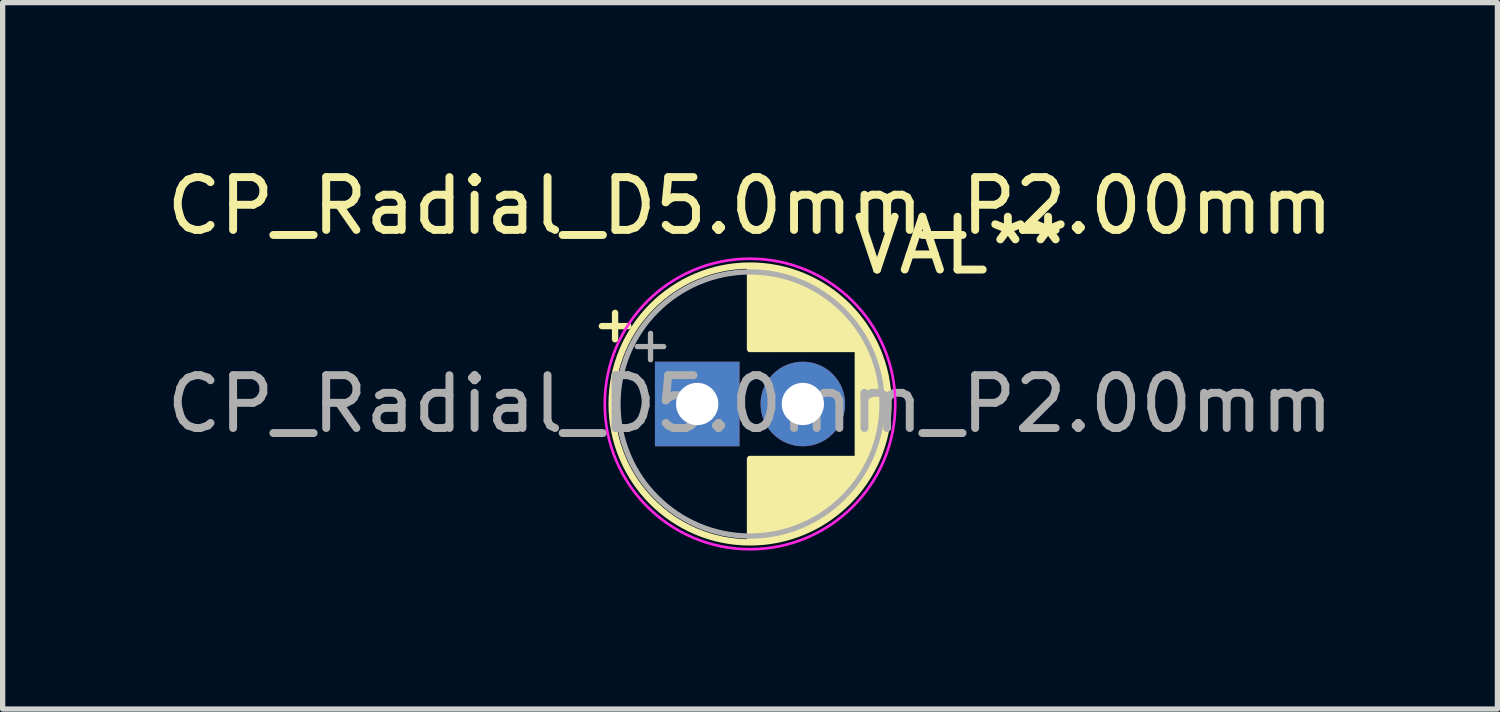
<source format=kicad_pcb>
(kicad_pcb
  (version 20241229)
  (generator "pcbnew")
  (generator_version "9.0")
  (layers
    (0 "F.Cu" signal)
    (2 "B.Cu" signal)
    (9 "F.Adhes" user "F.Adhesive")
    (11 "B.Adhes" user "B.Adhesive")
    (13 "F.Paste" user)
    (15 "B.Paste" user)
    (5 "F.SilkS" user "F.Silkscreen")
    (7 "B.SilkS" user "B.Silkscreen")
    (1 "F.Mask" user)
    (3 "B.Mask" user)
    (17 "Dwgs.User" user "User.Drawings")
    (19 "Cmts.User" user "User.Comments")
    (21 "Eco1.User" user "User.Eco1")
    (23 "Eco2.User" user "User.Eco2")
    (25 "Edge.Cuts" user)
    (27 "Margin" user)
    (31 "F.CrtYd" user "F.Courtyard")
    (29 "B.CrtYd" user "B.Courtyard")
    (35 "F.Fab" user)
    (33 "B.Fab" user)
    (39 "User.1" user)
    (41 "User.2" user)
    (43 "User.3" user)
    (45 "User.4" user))
  (footprint "CP_Radial_D5.0mm_P2.00mm"
    (layer "F.Cu")
    (at 10.149 4.598)
    (property "Reference" "CP_Radial_D5.0mm_P2.00mm" (at 1 -3.75 0) (layer "F.SilkS") (effects (font (size 1 1) (thickness 0.15))))
    (property "Value" "VAL**" (at 1 3.75 0) (layer "F.Fab") (hide yes) (effects (font (size 1 1) (thickness 0.15))))
    (attr through_hole)
    (fp_line (start -1.805 -1.475) (end -1.305 -1.475) (stroke (width 0.12) (type solid)) (layer "F.SilkS"))
    (fp_line (start -1.555 -1.725) (end -1.555 -1.225) (stroke (width 0.12) (type solid)) (layer "F.SilkS"))
    (fp_line (start 1 -2.58) (end 1 -1.04) (stroke (width 0.12) (type solid)) (layer "F.SilkS"))
    (fp_line (start 1 1.04) (end 1 2.58) (stroke (width 0.12) (type solid)) (layer "F.SilkS"))
    (fp_line (start 1.04 -2.58) (end 1.04 -1.04) (stroke (width 0.12) (type solid)) (layer "F.SilkS"))
    (fp_line (start 1.04 1.04) (end 1.04 2.58) (stroke (width 0.12) (type solid)) (layer "F.SilkS"))
    (fp_line (start 1.08 -2.579) (end 1.08 -1.04) (stroke (width 0.12) (type solid)) (layer "F.SilkS"))
    (fp_line (start 1.08 1.04) (end 1.08 2.579) (stroke (width 0.12) (type solid)) (layer "F.SilkS"))
    (fp_line (start 1.12 -2.578) (end 1.12 -1.04) (stroke (width 0.12) (type solid)) (layer "F.SilkS"))
    (fp_line (start 1.12 1.04) (end 1.12 2.578) (stroke (width 0.12) (type solid)) (layer "F.SilkS"))
    (fp_line (start 1.16 -2.576) (end 1.16 -1.04) (stroke (width 0.12) (type solid)) (layer "F.SilkS"))
    (fp_line (start 1.16 1.04) (end 1.16 2.576) (stroke (width 0.12) (type solid)) (layer "F.SilkS"))
    (fp_line (start 1.2 -2.573) (end 1.2 -1.04) (stroke (width 0.12) (type solid)) (layer "F.SilkS"))
    (fp_line (start 1.2 1.04) (end 1.2 2.573) (stroke (width 0.12) (type solid)) (layer "F.SilkS"))
    (fp_line (start 1.24 -2.569) (end 1.24 -1.04) (stroke (width 0.12) (type solid)) (layer "F.SilkS"))
    (fp_line (start 1.24 1.04) (end 1.24 2.569) (stroke (width 0.12) (type solid)) (layer "F.SilkS"))
    (fp_line (start 1.28 -2.565) (end 1.28 -1.04) (stroke (width 0.12) (type solid)) (layer "F.SilkS"))
    (fp_line (start 1.28 1.04) (end 1.28 2.565) (stroke (width 0.12) (type solid)) (layer "F.SilkS"))
    (fp_line (start 1.32 -2.561) (end 1.32 -1.04) (stroke (width 0.12) (type solid)) (layer "F.SilkS"))
    (fp_line (start 1.32 1.04) (end 1.32 2.561) (stroke (width 0.12) (type solid)) (layer "F.SilkS"))
    (fp_line (start 1.36 -2.556) (end 1.36 -1.04) (stroke (width 0.12) (type solid)) (layer "F.SilkS"))
    (fp_line (start 1.36 1.04) (end 1.36 2.556) (stroke (width 0.12) (type solid)) (layer "F.SilkS"))
    (fp_line (start 1.4 -2.55) (end 1.4 -1.04) (stroke (width 0.12) (type solid)) (layer "F.SilkS"))
    (fp_line (start 1.4 1.04) (end 1.4 2.55) (stroke (width 0.12) (type solid)) (layer "F.SilkS"))
    (fp_line (start 1.44 -2.543) (end 1.44 -1.04) (stroke (width 0.12) (type solid)) (layer "F.SilkS"))
    (fp_line (start 1.44 1.04) (end 1.44 2.543) (stroke (width 0.12) (type solid)) (layer "F.SilkS"))
    (fp_line (start 1.48 -2.536) (end 1.48 -1.04) (stroke (width 0.12) (type solid)) (layer "F.SilkS"))
    (fp_line (start 1.48 1.04) (end 1.48 2.536) (stroke (width 0.12) (type solid)) (layer "F.SilkS"))
    (fp_line (start 1.52 -2.528) (end 1.52 -1.04) (stroke (width 0.12) (type solid)) (layer "F.SilkS"))
    (fp_line (start 1.52 1.04) (end 1.52 2.528) (stroke (width 0.12) (type solid)) (layer "F.SilkS"))
    (fp_line (start 1.56 -2.52) (end 1.56 -1.04) (stroke (width 0.12) (type solid)) (layer "F.SilkS"))
    (fp_line (start 1.56 1.04) (end 1.56 2.52) (stroke (width 0.12) (type solid)) (layer "F.SilkS"))
    (fp_line (start 1.6 -2.511) (end 1.6 -1.04) (stroke (width 0.12) (type solid)) (layer "F.SilkS"))
    (fp_line (start 1.6 1.04) (end 1.6 2.511) (stroke (width 0.12) (type solid)) (layer "F.SilkS"))
    (fp_line (start 1.64 -2.501) (end 1.64 -1.04) (stroke (width 0.12) (type solid)) (layer "F.SilkS"))
    (fp_line (start 1.64 1.04) (end 1.64 2.501) (stroke (width 0.12) (type solid)) (layer "F.SilkS"))
    (fp_line (start 1.68 -2.491) (end 1.68 -1.04) (stroke (width 0.12) (type solid)) (layer "F.SilkS"))
    (fp_line (start 1.68 1.04) (end 1.68 2.491) (stroke (width 0.12) (type solid)) (layer "F.SilkS"))
    (fp_line (start 1.721 -2.48) (end 1.721 -1.04) (stroke (width 0.12) (type solid)) (layer "F.SilkS"))
    (fp_line (start 1.721 1.04) (end 1.721 2.48) (stroke (width 0.12) (type solid)) (layer "F.SilkS"))
    (fp_line (start 1.761 -2.468) (end 1.761 -1.04) (stroke (width 0.12) (type solid)) (layer "F.SilkS"))
    (fp_line (start 1.761 1.04) (end 1.761 2.468) (stroke (width 0.12) (type solid)) (layer "F.SilkS"))
    (fp_line (start 1.801 -2.455) (end 1.801 -1.04) (stroke (width 0.12) (type solid)) (layer "F.SilkS"))
    (fp_line (start 1.801 1.04) (end 1.801 2.455) (stroke (width 0.12) (type solid)) (layer "F.SilkS"))
    (fp_line (start 1.841 -2.442) (end 1.841 -1.04) (stroke (width 0.12) (type solid)) (layer "F.SilkS"))
    (fp_line (start 1.841 1.04) (end 1.841 2.442) (stroke (width 0.12) (type solid)) (layer "F.SilkS"))
    (fp_line (start 1.881 -2.428) (end 1.881 -1.04) (stroke (width 0.12) (type solid)) (layer "F.SilkS"))
    (fp_line (start 1.881 1.04) (end 1.881 2.428) (stroke (width 0.12) (type solid)) (layer "F.SilkS"))
    (fp_line (start 1.921 -2.414) (end 1.921 -1.04) (stroke (width 0.12) (type solid)) (layer "F.SilkS"))
    (fp_line (start 1.921 1.04) (end 1.921 2.414) (stroke (width 0.12) (type solid)) (layer "F.SilkS"))
    (fp_line (start 1.961 -2.398) (end 1.961 -1.04) (stroke (width 0.12) (type solid)) (layer "F.SilkS"))
    (fp_line (start 1.961 1.04) (end 1.961 2.398) (stroke (width 0.12) (type solid)) (layer "F.SilkS"))
    (fp_line (start 2.001 -2.382) (end 2.001 -1.04) (stroke (width 0.12) (type solid)) (layer "F.SilkS"))
    (fp_line (start 2.001 1.04) (end 2.001 2.382) (stroke (width 0.12) (type solid)) (layer "F.SilkS"))
    (fp_line (start 2.041 -2.365) (end 2.041 -1.04) (stroke (width 0.12) (type solid)) (layer "F.SilkS"))
    (fp_line (start 2.041 1.04) (end 2.041 2.365) (stroke (width 0.12) (type solid)) (layer "F.SilkS"))
    (fp_line (start 2.081 -2.348) (end 2.081 -1.04) (stroke (width 0.12) (type solid)) (layer "F.SilkS"))
    (fp_line (start 2.081 1.04) (end 2.081 2.348) (stroke (width 0.12) (type solid)) (layer "F.SilkS"))
    (fp_line (start 2.121 -2.329) (end 2.121 -1.04) (stroke (width 0.12) (type solid)) (layer "F.SilkS"))
    (fp_line (start 2.121 1.04) (end 2.121 2.329) (stroke (width 0.12) (type solid)) (layer "F.SilkS"))
    (fp_line (start 2.161 -2.31) (end 2.161 -1.04) (stroke (width 0.12) (type solid)) (layer "F.SilkS"))
    (fp_line (start 2.161 1.04) (end 2.161 2.31) (stroke (width 0.12) (type solid)) (layer "F.SilkS"))
    (fp_line (start 2.201 -2.29) (end 2.201 -1.04) (stroke (width 0.12) (type solid)) (layer "F.SilkS"))
    (fp_line (start 2.201 1.04) (end 2.201 2.29) (stroke (width 0.12) (type solid)) (layer "F.SilkS"))
    (fp_line (start 2.241 -2.268) (end 2.241 -1.04) (stroke (width 0.12) (type solid)) (layer "F.SilkS"))
    (fp_line (start 2.241 1.04) (end 2.241 2.268) (stroke (width 0.12) (type solid)) (layer "F.SilkS"))
    (fp_line (start 2.281 -2.247) (end 2.281 -1.04) (stroke (width 0.12) (type solid)) (layer "F.SilkS"))
    (fp_line (start 2.281 1.04) (end 2.281 2.247) (stroke (width 0.12) (type solid)) (layer "F.SilkS"))
    (fp_line (start 2.321 -2.224) (end 2.321 -1.04) (stroke (width 0.12) (type solid)) (layer "F.SilkS"))
    (fp_line (start 2.321 1.04) (end 2.321 2.224) (stroke (width 0.12) (type solid)) (layer "F.SilkS"))
    (fp_line (start 2.361 -2.2) (end 2.361 -1.04) (stroke (width 0.12) (type solid)) (layer "F.SilkS"))
    (fp_line (start 2.361 1.04) (end 2.361 2.2) (stroke (width 0.12) (type solid)) (layer "F.SilkS"))
    (fp_line (start 2.401 -2.175) (end 2.401 -1.04) (stroke (width 0.12) (type solid)) (layer "F.SilkS"))
    (fp_line (start 2.401 1.04) (end 2.401 2.175) (stroke (width 0.12) (type solid)) (layer "F.SilkS"))
    (fp_line (start 2.441 -2.149) (end 2.441 -1.04) (stroke (width 0.12) (type solid)) (layer "F.SilkS"))
    (fp_line (start 2.441 1.04) (end 2.441 2.149) (stroke (width 0.12) (type solid)) (layer "F.SilkS"))
    (fp_line (start 2.481 -2.122) (end 2.481 -1.04) (stroke (width 0.12) (type solid)) (layer "F.SilkS"))
    (fp_line (start 2.481 1.04) (end 2.481 2.122) (stroke (width 0.12) (type solid)) (layer "F.SilkS"))
    (fp_line (start 2.521 -2.095) (end 2.521 -1.04) (stroke (width 0.12) (type solid)) (layer "F.SilkS"))
    (fp_line (start 2.521 1.04) (end 2.521 2.095) (stroke (width 0.12) (type solid)) (layer "F.SilkS"))
    (fp_line (start 2.561 -2.065) (end 2.561 -1.04) (stroke (width 0.12) (type solid)) (layer "F.SilkS"))
    (fp_line (start 2.561 1.04) (end 2.561 2.065) (stroke (width 0.12) (type solid)) (layer "F.SilkS"))
    (fp_line (start 2.601 -2.035) (end 2.601 -1.04) (stroke (width 0.12) (type solid)) (layer "F.SilkS"))
    (fp_line (start 2.601 1.04) (end 2.601 2.035) (stroke (width 0.12) (type solid)) (layer "F.SilkS"))
    (fp_line (start 2.641 -2.004) (end 2.641 -1.04) (stroke (width 0.12) (type solid)) (layer "F.SilkS"))
    (fp_line (start 2.641 1.04) (end 2.641 2.004) (stroke (width 0.12) (type solid)) (layer "F.SilkS"))
    (fp_line (start 2.681 -1.971) (end 2.681 -1.04) (stroke (width 0.12) (type solid)) (layer "F.SilkS"))
    (fp_line (start 2.681 1.04) (end 2.681 1.971) (stroke (width 0.12) (type solid)) (layer "F.SilkS"))
    (fp_line (start 2.721 -1.937) (end 2.721 -1.04) (stroke (width 0.12) (type solid)) (layer "F.SilkS"))
    (fp_line (start 2.721 1.04) (end 2.721 1.937) (stroke (width 0.12) (type solid)) (layer "F.SilkS"))
    (fp_line (start 2.761 -1.901) (end 2.761 -1.04) (stroke (width 0.12) (type solid)) (layer "F.SilkS"))
    (fp_line (start 2.761 1.04) (end 2.761 1.901) (stroke (width 0.12) (type solid)) (layer "F.SilkS"))
    (fp_line (start 2.801 -1.864) (end 2.801 -1.04) (stroke (width 0.12) (type solid)) (layer "F.SilkS"))
    (fp_line (start 2.801 1.04) (end 2.801 1.864) (stroke (width 0.12) (type solid)) (layer "F.SilkS"))
    (fp_line (start 2.841 -1.826) (end 2.841 -1.04) (stroke (width 0.12) (type solid)) (layer "F.SilkS"))
    (fp_line (start 2.841 1.04) (end 2.841 1.826) (stroke (width 0.12) (type solid)) (layer "F.SilkS"))
    (fp_line (start 2.881 -1.785) (end 2.881 -1.04) (stroke (width 0.12) (type solid)) (layer "F.SilkS"))
    (fp_line (start 2.881 1.04) (end 2.881 1.785) (stroke (width 0.12) (type solid)) (layer "F.SilkS"))
    (fp_line (start 2.921 -1.743) (end 2.921 -1.04) (stroke (width 0.12) (type solid)) (layer "F.SilkS"))
    (fp_line (start 2.921 1.04) (end 2.921 1.743) (stroke (width 0.12) (type solid)) (layer "F.SilkS"))
    (fp_line (start 2.961 -1.699) (end 2.961 -1.04) (stroke (width 0.12) (type solid)) (layer "F.SilkS"))
    (fp_line (start 2.961 1.04) (end 2.961 1.699) (stroke (width 0.12) (type solid)) (layer "F.SilkS"))
    (fp_line (start 3.001 -1.653) (end 3.001 -1.04) (stroke (width 0.12) (type solid)) (layer "F.SilkS"))
    (fp_line (start 3.001 1.04) (end 3.001 1.653) (stroke (width 0.12) (type solid)) (layer "F.SilkS"))
    (fp_line (start 3.041 -1.605) (end 3.041 1.605) (stroke (width 0.12) (type solid)) (layer "F.SilkS"))
    (fp_line (start 3.081 -1.554) (end 3.081 1.554) (stroke (width 0.12) (type solid)) (layer "F.SilkS"))
    (fp_line (start 3.121 -1.5) (end 3.121 1.5) (stroke (width 0.12) (type solid)) (layer "F.SilkS"))
    (fp_line (start 3.161 -1.443) (end 3.161 1.443) (stroke (width 0.12) (type solid)) (layer "F.SilkS"))
    (fp_line (start 3.201 -1.383) (end 3.201 1.383) (stroke (width 0.12) (type solid)) (layer "F.SilkS"))
    (fp_line (start 3.241 -1.319) (end 3.241 1.319) (stroke (width 0.12) (type solid)) (layer "F.SilkS"))
    (fp_line (start 3.281 -1.251) (end 3.281 1.251) (stroke (width 0.12) (type solid)) (layer "F.SilkS"))
    (fp_line (start 3.321 -1.178) (end 3.321 1.178) (stroke (width 0.12) (type solid)) (layer "F.SilkS"))
    (fp_line (start 3.361 -1.098) (end 3.361 1.098) (stroke (width 0.12) (type solid)) (layer "F.SilkS"))
    (fp_line (start 3.401 -1.011) (end 3.401 1.011) (stroke (width 0.12) (type solid)) (layer "F.SilkS"))
    (fp_line (start 3.441 -0.915) (end 3.441 0.915) (stroke (width 0.12) (type solid)) (layer "F.SilkS"))
    (fp_line (start 3.481 -0.805) (end 3.481 0.805) (stroke (width 0.12) (type solid)) (layer "F.SilkS"))
    (fp_line (start 3.521 -0.677) (end 3.521 0.677) (stroke (width 0.12) (type solid)) (layer "F.SilkS"))
    (fp_line (start 3.561 -0.518) (end 3.561 0.518) (stroke (width 0.12) (type solid)) (layer "F.SilkS"))
    (fp_line (start 3.601 -0.284) (end 3.601 0.284) (stroke (width 0.12) (type solid)) (layer "F.SilkS"))
    (fp_circle (center 1 0) (end 3.62 0) (stroke (width 0.12) (type solid)) (fill no) (layer "F.SilkS"))
    (fp_circle (center 1 0) (end 3.75 0) (stroke (width 0.05) (type solid)) (fill no) (layer "F.CrtYd"))
    (fp_line (start -1.134 -1.087) (end -0.634 -1.087) (stroke (width 0.1) (type solid)) (layer "F.Fab"))
    (fp_line (start -0.884 -1.337) (end -0.884 -0.838) (stroke (width 0.1) (type solid)) (layer "F.Fab"))
    (fp_circle (center 1 0) (end 3.5 0) (stroke (width 0.1) (type solid)) (fill no) (layer "F.Fab"))
    (fp_text user "${VALUE}" (at 5 -3 0) (layer "F.SilkS") (effects (font (size 1 1) (thickness 0.15))))
    (fp_text user "${REFERENCE}" (at 1 0 0) (layer "F.Fab") (effects (font (size 1 1) (thickness 0.15))))
    (pad "1" thru_hole rect (at 0 0) (size 1.6 1.6) (drill 0.8) (layers "*.Cu" "*.Mask"))
    (pad "2" thru_hole circle (at 2 0) (size 1.6 1.6) (drill 0.8) (layers "*.Cu" "*.Mask")))
  (gr_rect
    (start -3 -3)
    (end 25.298 10.373)
    (stroke (width 0.1) (type default))
    (fill no)
    (layer "Edge.Cuts")))
</source>
